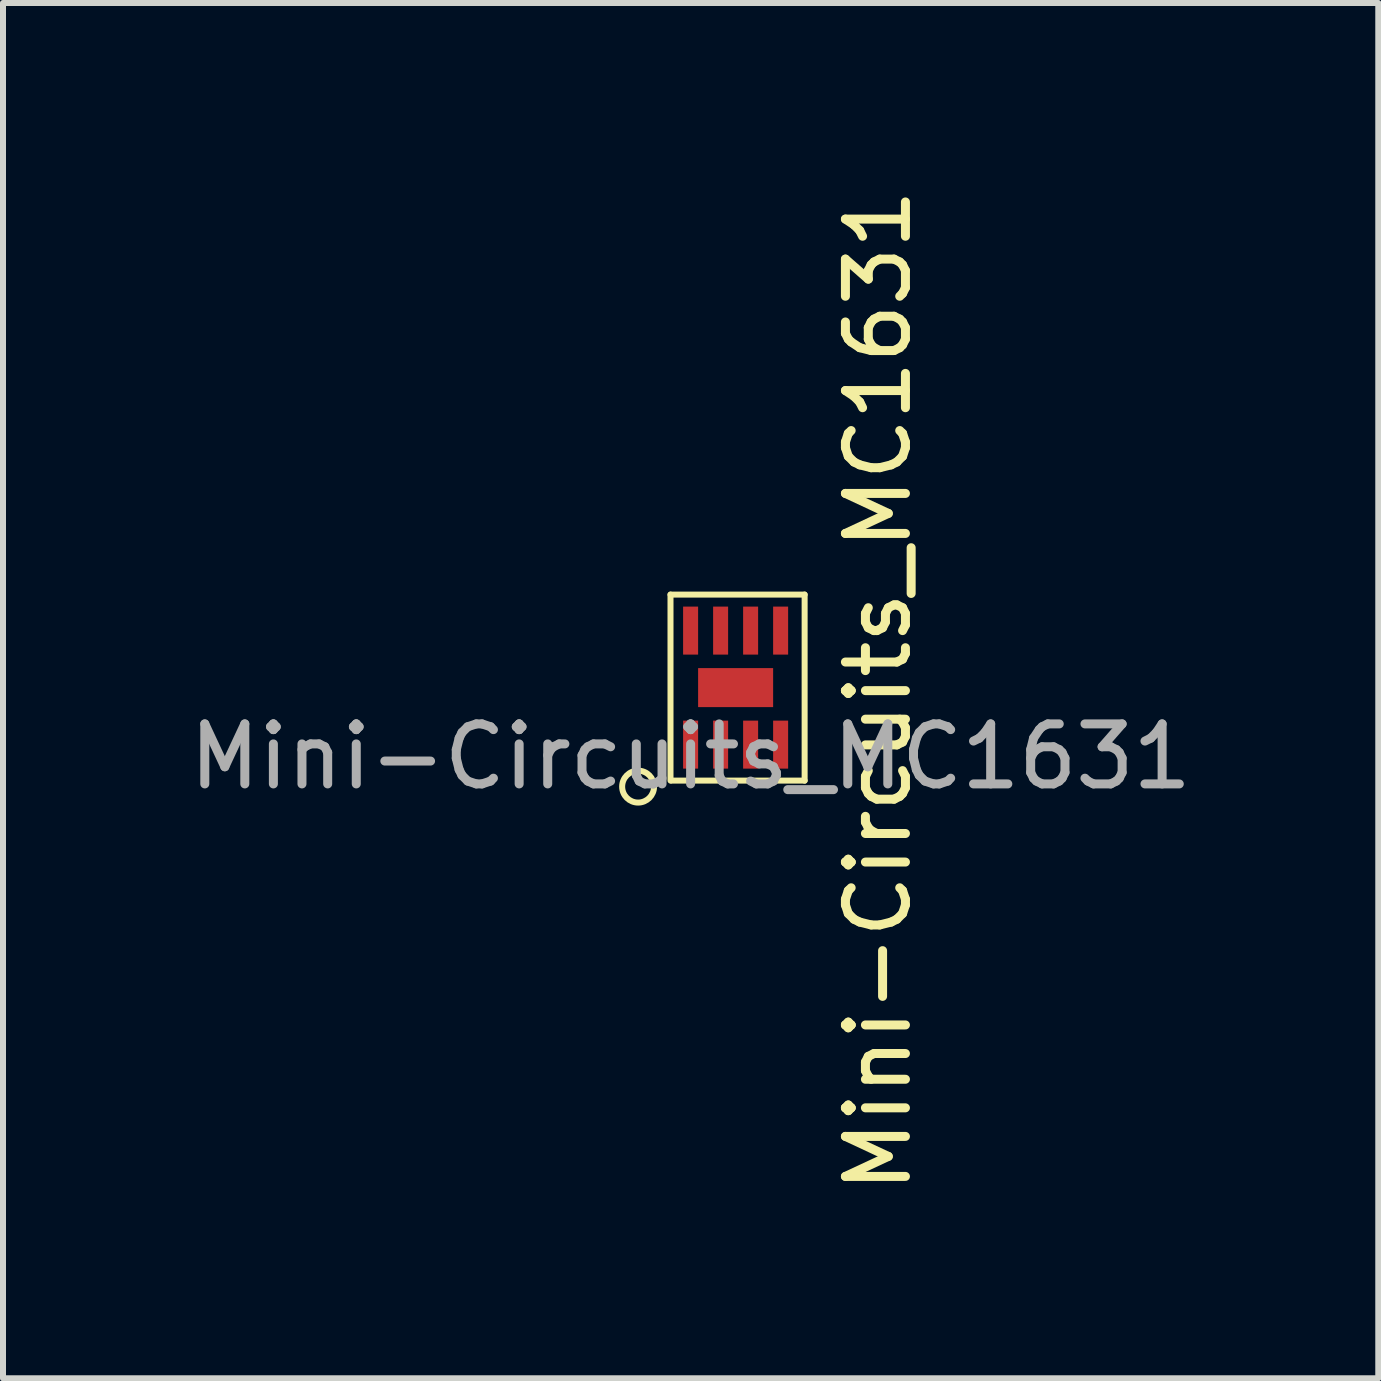
<source format=kicad_pcb>
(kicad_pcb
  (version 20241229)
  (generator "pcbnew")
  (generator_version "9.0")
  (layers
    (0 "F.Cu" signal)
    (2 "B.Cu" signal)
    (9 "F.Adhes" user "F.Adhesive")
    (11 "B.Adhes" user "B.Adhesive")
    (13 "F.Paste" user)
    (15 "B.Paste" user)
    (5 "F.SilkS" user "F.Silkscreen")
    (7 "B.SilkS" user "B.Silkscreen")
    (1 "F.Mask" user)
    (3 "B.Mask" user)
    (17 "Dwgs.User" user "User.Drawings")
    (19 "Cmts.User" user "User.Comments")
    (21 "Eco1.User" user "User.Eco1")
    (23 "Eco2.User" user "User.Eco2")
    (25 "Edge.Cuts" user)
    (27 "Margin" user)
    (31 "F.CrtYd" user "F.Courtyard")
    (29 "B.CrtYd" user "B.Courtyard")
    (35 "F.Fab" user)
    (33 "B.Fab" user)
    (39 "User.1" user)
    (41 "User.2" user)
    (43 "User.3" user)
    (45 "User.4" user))
  (footprint "Mini-Circuits_MC1631"
    (layer "F.Cu")
    (at 8.458 9.358)
    (property "Reference" "Mini-Circuits_MC1631" (at 3.125 -0.9 90) (layer "F.SilkS") (effects (font (size 1 1) (thickness 0.15))))
    (attr smd)
    (fp_line (start -0.335 -2.5) (end -0.335 0.6) (stroke (width 0.1) (type solid)) (layer "F.SilkS"))
    (fp_line (start -0.335 -2.5) (end 1.9 -2.5) (stroke (width 0.1) (type solid)) (layer "F.SilkS"))
    (fp_line (start 1.9 -2.5) (end 1.9 0.6) (stroke (width 0.1) (type solid)) (layer "F.SilkS"))
    (fp_line (start 1.9 0.6) (end -0.316 0.6) (stroke (width 0.1) (type solid)) (layer "F.SilkS"))
    (fp_circle (center -0.875 0.7) (end -0.675 0.875) (stroke (width 0.1) (type solid)) (fill no) (layer "F.SilkS"))
    (fp_text user "${REFERENCE}" (at 0 0.2 0) (layer "F.Fab") (effects (font (size 1 1) (thickness 0.15))))
    (pad "0" smd rect (at 0.75 -0.95) (size 1.25 0.65) (layers "F.Cu" "F.Mask" "F.Paste"))
    (pad "1" smd rect (at 0 0) (size 0.25 0.8) (layers "F.Cu" "F.Mask" "F.Paste"))
    (pad "2" smd rect (at 0.5 0) (size 0.25 0.8) (layers "F.Cu" "F.Mask" "F.Paste"))
    (pad "3" smd rect (at 1 0) (size 0.25 0.8) (layers "F.Cu" "F.Mask" "F.Paste"))
    (pad "4" smd rect (at 1.5 0) (size 0.25 0.8) (layers "F.Cu" "F.Mask" "F.Paste"))
    (pad "5" smd rect (at 1.5 -1.9) (size 0.25 0.8) (layers "F.Cu" "F.Mask" "F.Paste"))
    (pad "6" smd rect (at 1 -1.9) (size 0.25 0.8) (layers "F.Cu" "F.Mask" "F.Paste"))
    (pad "7" smd rect (at 0.5 -1.9) (size 0.25 0.8) (layers "F.Cu" "F.Mask" "F.Paste"))
    (pad "8" smd rect (at 0 -1.9) (size 0.25 0.8) (layers "F.Cu" "F.Mask" "F.Paste")))
  (gr_rect
    (start -3 -3)
    (end 19.917 19.917)
    (stroke (width 0.1) (type default))
    (fill no)
    (layer "Edge.Cuts")))
</source>
